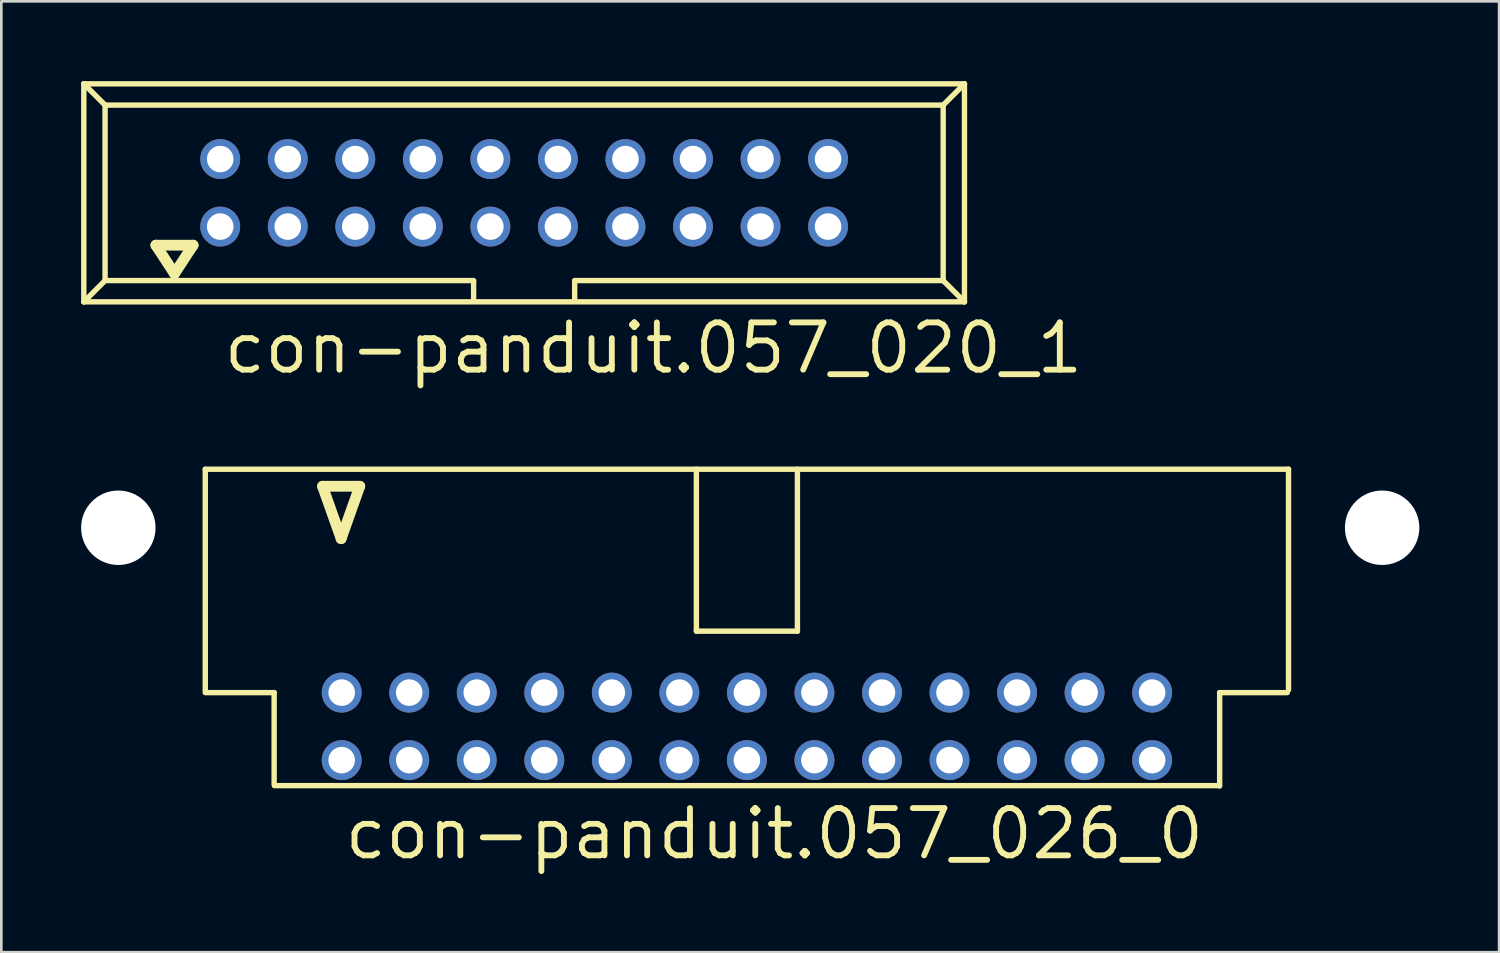
<source format=kicad_pcb>
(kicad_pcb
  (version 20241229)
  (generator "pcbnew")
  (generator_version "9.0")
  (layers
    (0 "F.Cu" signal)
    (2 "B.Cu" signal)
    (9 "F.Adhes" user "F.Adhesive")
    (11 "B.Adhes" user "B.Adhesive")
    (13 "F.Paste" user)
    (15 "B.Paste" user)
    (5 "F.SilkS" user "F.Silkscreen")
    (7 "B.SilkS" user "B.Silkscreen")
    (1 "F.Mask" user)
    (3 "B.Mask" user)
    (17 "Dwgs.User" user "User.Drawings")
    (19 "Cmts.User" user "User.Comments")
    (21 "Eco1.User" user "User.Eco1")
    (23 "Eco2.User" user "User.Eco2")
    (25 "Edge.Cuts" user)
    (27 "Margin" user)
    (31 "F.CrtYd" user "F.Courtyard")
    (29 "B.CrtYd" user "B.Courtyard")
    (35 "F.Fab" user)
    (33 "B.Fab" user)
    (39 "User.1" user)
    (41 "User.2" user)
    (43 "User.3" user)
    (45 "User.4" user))
  (footprint "con-panduit.057_020_1"
    (layer "F.Cu")
    (at 16.662 4.202)
    (property "Reference" "con-panduit.057_020_1" (at -11.41 6.88 0) (layer "F.SilkS") (effects (font (size 1.778 1.778) (thickness 0.22)) (justify left bottom)))
    (attr through_hole)
    (fp_line (start -16.56 -4.1) (end -15.76 -3.3) (stroke (width 0.203) (type default)) (layer "F.SilkS"))
    (fp_line (start -16.56 4.1) (end -16.56 -4.1) (stroke (width 0.203) (type default)) (layer "F.SilkS"))
    (fp_line (start -16.56 4.1) (end -15.76 3.3) (stroke (width 0.203) (type default)) (layer "F.SilkS"))
    (fp_line (start -16.56 4.1) (end 16.56 4.1) (stroke (width 0.203) (type default)) (layer "F.SilkS"))
    (fp_line (start -15.76 -3.3) (end 15.76 -3.3) (stroke (width 0.203) (type default)) (layer "F.SilkS"))
    (fp_line (start -15.76 3.3) (end -15.76 -3.3) (stroke (width 0.203) (type default)) (layer "F.SilkS"))
    (fp_line (start -13.85 1.97) (end -13.15 3.04) (stroke (width 0.406) (type default)) (layer "F.SilkS"))
    (fp_line (start -13.15 3.04) (end -12.45 1.97) (stroke (width 0.406) (type default)) (layer "F.SilkS"))
    (fp_line (start -12.45 1.97) (end -13.85 1.97) (stroke (width 0.406) (type default)) (layer "F.SilkS"))
    (fp_line (start -1.9 3.3) (end -15.76 3.3) (stroke (width 0.203) (type default)) (layer "F.SilkS"))
    (fp_line (start -1.9 3.32) (end -1.9 4.03) (stroke (width 0.203) (type default)) (layer "F.SilkS"))
    (fp_line (start 1.9 3.32) (end 1.9 4.03) (stroke (width 0.203) (type default)) (layer "F.SilkS"))
    (fp_line (start 15.76 -3.3) (end 15.76 3.3) (stroke (width 0.203) (type default)) (layer "F.SilkS"))
    (fp_line (start 15.76 3.3) (end 1.9 3.3) (stroke (width 0.203) (type default)) (layer "F.SilkS"))
    (fp_line (start 15.76 3.3) (end 16.56 4.1) (stroke (width 0.203) (type default)) (layer "F.SilkS"))
    (fp_line (start 16.56 -4.1) (end -16.56 -4.1) (stroke (width 0.203) (type default)) (layer "F.SilkS"))
    (fp_line (start 16.56 -4.1) (end 15.76 -3.3) (stroke (width 0.203) (type default)) (layer "F.SilkS"))
    (fp_line (start 16.56 4.1) (end 16.56 -4.1) (stroke (width 0.203) (type default)) (layer "F.SilkS"))
    (pad "1" thru_hole circle (at -11.43 1.27) (size 1.5 1.5) (drill 1) (layers "*.Cu" "*.Mask"))
    (pad "2" thru_hole circle (at -11.43 -1.27) (size 1.5 1.5) (drill 1) (layers "*.Cu" "*.Mask"))
    (pad "3" thru_hole circle (at -8.89 1.27) (size 1.5 1.5) (drill 1) (layers "*.Cu" "*.Mask"))
    (pad "4" thru_hole circle (at -8.89 -1.27) (size 1.5 1.5) (drill 1) (layers "*.Cu" "*.Mask"))
    (pad "5" thru_hole circle (at -6.35 1.27) (size 1.5 1.5) (drill 1) (layers "*.Cu" "*.Mask"))
    (pad "6" thru_hole circle (at -6.35 -1.27) (size 1.5 1.5) (drill 1) (layers "*.Cu" "*.Mask"))
    (pad "7" thru_hole circle (at -3.81 1.27) (size 1.5 1.5) (drill 1) (layers "*.Cu" "*.Mask"))
    (pad "8" thru_hole circle (at -3.81 -1.27) (size 1.5 1.5) (drill 1) (layers "*.Cu" "*.Mask"))
    (pad "9" thru_hole circle (at -1.27 1.27) (size 1.5 1.5) (drill 1) (layers "*.Cu" "*.Mask"))
    (pad "10" thru_hole circle (at -1.27 -1.27) (size 1.5 1.5) (drill 1) (layers "*.Cu" "*.Mask"))
    (pad "11" thru_hole circle (at 1.27 1.27) (size 1.5 1.5) (drill 1) (layers "*.Cu" "*.Mask"))
    (pad "12" thru_hole circle (at 1.27 -1.27) (size 1.5 1.5) (drill 1) (layers "*.Cu" "*.Mask"))
    (pad "13" thru_hole circle (at 3.81 1.27) (size 1.5 1.5) (drill 1) (layers "*.Cu" "*.Mask"))
    (pad "14" thru_hole circle (at 3.81 -1.27) (size 1.5 1.5) (drill 1) (layers "*.Cu" "*.Mask"))
    (pad "15" thru_hole circle (at 6.35 1.27) (size 1.5 1.5) (drill 1) (layers "*.Cu" "*.Mask"))
    (pad "16" thru_hole circle (at 6.35 -1.27) (size 1.5 1.5) (drill 1) (layers "*.Cu" "*.Mask"))
    (pad "17" thru_hole circle (at 8.89 1.27) (size 1.5 1.5) (drill 1) (layers "*.Cu" "*.Mask"))
    (pad "18" thru_hole circle (at 8.89 -1.27) (size 1.5 1.5) (drill 1) (layers "*.Cu" "*.Mask"))
    (pad "19" thru_hole circle (at 11.43 1.27) (size 1.5 1.5) (drill 1) (layers "*.Cu" "*.Mask"))
    (pad "20" thru_hole circle (at 11.43 -1.27) (size 1.5 1.5) (drill 1) (layers "*.Cu" "*.Mask")))
  (footprint "con-panduit.057_026_0"
    (layer "F.Cu")
    (at 25.04 20.458)
    (property "Reference" "con-panduit.057_026_0" (at -15.24 8.89 0) (layer "F.SilkS") (effects (font (size 1.778 1.778) (thickness 0.22)) (justify left bottom)))
    (attr through_hole)
    (fp_line (start -20.37 -5.86) (end 20.37 -5.86) (stroke (width 0.203) (type default)) (layer "F.SilkS"))
    (fp_line (start -20.37 2.54) (end -20.37 -5.86) (stroke (width 0.203) (type default)) (layer "F.SilkS"))
    (fp_line (start -20.32 2.54) (end -17.78 2.54) (stroke (width 0.203) (type default)) (layer "F.SilkS"))
    (fp_line (start -17.78 2.54) (end -17.78 5.98) (stroke (width 0.203) (type default)) (layer "F.SilkS"))
    (fp_line (start -15.96 -5.22) (end -15.26 -3.25) (stroke (width 0.406) (type default)) (layer "F.SilkS"))
    (fp_line (start -15.26 -3.25) (end -14.56 -5.22) (stroke (width 0.406) (type default)) (layer "F.SilkS"))
    (fp_line (start -14.56 -5.22) (end -15.96 -5.22) (stroke (width 0.406) (type default)) (layer "F.SilkS"))
    (fp_line (start -1.9 0.23) (end -1.9 -5.86) (stroke (width 0.203) (type default)) (layer "F.SilkS"))
    (fp_line (start -1.9 0.23) (end 1.9 0.23) (stroke (width 0.203) (type default)) (layer "F.SilkS"))
    (fp_line (start 1.9 0.23) (end 1.9 -5.86) (stroke (width 0.203) (type default)) (layer "F.SilkS"))
    (fp_line (start 17.77 6.04) (end -17.77 6.04) (stroke (width 0.203) (type default)) (layer "F.SilkS"))
    (fp_line (start 17.78 2.54) (end 17.78 6.05) (stroke (width 0.203) (type default)) (layer "F.SilkS"))
    (fp_line (start 20.32 2.54) (end 17.78 2.54) (stroke (width 0.203) (type default)) (layer "F.SilkS"))
    (fp_line (start 20.37 -5.86) (end 20.37 2.44) (stroke (width 0.203) (type default)) (layer "F.SilkS"))
    (pad "" np_thru_hole circle (at -23.64 -3.66) (size 2.8 2.8) (drill 2.8) (layers "*.Cu" "*.Mask"))
    (pad "" np_thru_hole circle (at 23.89 -3.66) (size 2.8 2.8) (drill 2.8) (layers "*.Cu" "*.Mask"))
    (pad "1" thru_hole circle (at -15.24 5.08) (size 1.5 1.5) (drill 1) (layers "*.Cu" "*.Mask"))
    (pad "2" thru_hole circle (at -15.24 2.54) (size 1.5 1.5) (drill 1) (layers "*.Cu" "*.Mask"))
    (pad "3" thru_hole circle (at -12.7 5.08) (size 1.5 1.5) (drill 1) (layers "*.Cu" "*.Mask"))
    (pad "4" thru_hole circle (at -12.7 2.54) (size 1.5 1.5) (drill 1) (layers "*.Cu" "*.Mask"))
    (pad "5" thru_hole circle (at -10.16 5.08) (size 1.5 1.5) (drill 1) (layers "*.Cu" "*.Mask"))
    (pad "6" thru_hole circle (at -10.16 2.54) (size 1.5 1.5) (drill 1) (layers "*.Cu" "*.Mask"))
    (pad "7" thru_hole circle (at -7.62 5.08) (size 1.5 1.5) (drill 1) (layers "*.Cu" "*.Mask"))
    (pad "8" thru_hole circle (at -7.62 2.54) (size 1.5 1.5) (drill 1) (layers "*.Cu" "*.Mask"))
    (pad "9" thru_hole circle (at -5.08 5.08) (size 1.5 1.5) (drill 1) (layers "*.Cu" "*.Mask"))
    (pad "10" thru_hole circle (at -5.08 2.54) (size 1.5 1.5) (drill 1) (layers "*.Cu" "*.Mask"))
    (pad "11" thru_hole circle (at -2.54 5.08) (size 1.5 1.5) (drill 1) (layers "*.Cu" "*.Mask"))
    (pad "12" thru_hole circle (at -2.54 2.54) (size 1.5 1.5) (drill 1) (layers "*.Cu" "*.Mask"))
    (pad "13" thru_hole circle (at 0 5.08) (size 1.5 1.5) (drill 1) (layers "*.Cu" "*.Mask"))
    (pad "14" thru_hole circle (at 0 2.54) (size 1.5 1.5) (drill 1) (layers "*.Cu" "*.Mask"))
    (pad "15" thru_hole circle (at 2.54 5.08) (size 1.5 1.5) (drill 1) (layers "*.Cu" "*.Mask"))
    (pad "16" thru_hole circle (at 2.54 2.54) (size 1.5 1.5) (drill 1) (layers "*.Cu" "*.Mask"))
    (pad "17" thru_hole circle (at 5.08 5.08) (size 1.5 1.5) (drill 1) (layers "*.Cu" "*.Mask"))
    (pad "18" thru_hole circle (at 5.08 2.54) (size 1.5 1.5) (drill 1) (layers "*.Cu" "*.Mask"))
    (pad "19" thru_hole circle (at 7.62 5.08) (size 1.5 1.5) (drill 1) (layers "*.Cu" "*.Mask"))
    (pad "20" thru_hole circle (at 7.62 2.54) (size 1.5 1.5) (drill 1) (layers "*.Cu" "*.Mask"))
    (pad "21" thru_hole circle (at 10.16 5.08) (size 1.5 1.5) (drill 1) (layers "*.Cu" "*.Mask"))
    (pad "22" thru_hole circle (at 10.16 2.54) (size 1.5 1.5) (drill 1) (layers "*.Cu" "*.Mask"))
    (pad "23" thru_hole circle (at 12.7 5.08) (size 1.5 1.5) (drill 1) (layers "*.Cu" "*.Mask"))
    (pad "24" thru_hole circle (at 12.7 2.54) (size 1.5 1.5) (drill 1) (layers "*.Cu" "*.Mask"))
    (pad "25" thru_hole circle (at 15.24 5.08) (size 1.5 1.5) (drill 1) (layers "*.Cu" "*.Mask"))
    (pad "26" thru_hole circle (at 15.24 2.54) (size 1.5 1.5) (drill 1) (layers "*.Cu" "*.Mask")))
  (gr_rect
    (start -3 -3)
    (end 53.33 32.762)
    (stroke (width 0.1) (type default))
    (fill no)
    (layer "Edge.Cuts")))
</source>
